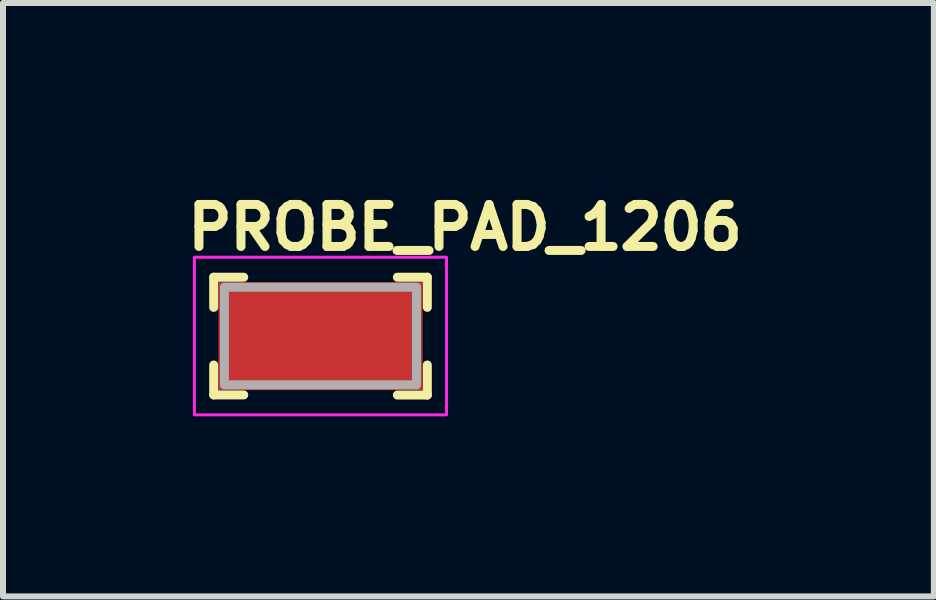
<source format=kicad_pcb>
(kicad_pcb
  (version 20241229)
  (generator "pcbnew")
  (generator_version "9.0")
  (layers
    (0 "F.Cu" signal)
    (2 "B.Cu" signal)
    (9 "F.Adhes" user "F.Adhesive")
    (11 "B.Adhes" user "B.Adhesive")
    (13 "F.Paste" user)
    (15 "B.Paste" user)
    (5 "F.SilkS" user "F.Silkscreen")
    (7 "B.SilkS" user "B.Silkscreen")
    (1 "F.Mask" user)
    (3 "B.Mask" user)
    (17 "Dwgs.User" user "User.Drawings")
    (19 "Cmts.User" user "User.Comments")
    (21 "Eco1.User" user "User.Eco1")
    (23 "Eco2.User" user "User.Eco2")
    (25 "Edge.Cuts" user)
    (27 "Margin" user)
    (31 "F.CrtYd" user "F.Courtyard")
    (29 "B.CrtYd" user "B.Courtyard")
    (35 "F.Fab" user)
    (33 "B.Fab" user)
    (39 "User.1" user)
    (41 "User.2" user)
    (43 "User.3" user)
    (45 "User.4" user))
  (footprint "PROBE_PAD_1206"
    (layer "F.Cu")
    (at 2.29 2.55)
    (property "Reference" "PROBE_PAD_1206" (at -2.29 -1.4 0) (layer "F.SilkS") (effects (font (size 0.7 0.7) (thickness 0.15)) (justify left bottom)))
    (attr smd)
    (fp_line (start -1.779 -0.981) (end -1.779 -0.479) (stroke (width 0.15) (type solid)) (layer "F.SilkS"))
    (fp_line (start -1.779 -0.981) (end -1.279 -0.981) (stroke (width 0.15) (type solid)) (layer "F.SilkS"))
    (fp_line (start -1.779 0.482) (end -1.779 0.98) (stroke (width 0.15) (type solid)) (layer "F.SilkS"))
    (fp_line (start -1.779 0.98) (end -1.279 0.98) (stroke (width 0.15) (type solid)) (layer "F.SilkS"))
    (fp_line (start 1.78 -0.981) (end 1.281 -0.981) (stroke (width 0.15) (type solid)) (layer "F.SilkS"))
    (fp_line (start 1.78 -0.981) (end 1.78 -0.479) (stroke (width 0.15) (type solid)) (layer "F.SilkS"))
    (fp_line (start 1.78 0.982) (end 1.281 0.982) (stroke (width 0.15) (type solid)) (layer "F.SilkS"))
    (fp_line (start 1.78 0.982) (end 1.78 0.482) (stroke (width 0.15) (type solid)) (layer "F.SilkS"))
    (fp_rect (start -2.101 -1.314) (end 2.1 1.312) (stroke (width 0.05) (type solid)) (fill no) (layer "F.CrtYd"))
    (fp_rect (start -1.601 -0.814) (end 1.6 0.812) (stroke (width 0.15) (type solid)) (fill no) (layer "F.Fab"))
    (fp_rect (start -1.601 -0.814) (end 1.6 0.812) (stroke (width 0.1) (type solid)) (fill no) (layer "User.5"))
    (fp_line (start -1.601 -0.79) (end -1.601 -0.587) (stroke (width 0.02) (type solid)) (layer "User.9"))
    (fp_line (start -1.601 -0.79) (end -1.371 -0.79) (stroke (width 0.02) (type solid)) (layer "User.9"))
    (fp_line (start -1.601 -0.29) (end -1.601 -0.587) (stroke (width 0.02) (type solid)) (layer "User.9"))
    (fp_line (start -1.601 -0.29) (end -1.601 0.508) (stroke (width 0.02) (type solid)) (layer "User.9"))
    (fp_line (start -1.601 0.508) (end -1.301 0.76) (stroke (width 0.02) (type solid)) (layer "User.9"))
    (fp_line (start -1.601 0.61) (end -1.601 0.508) (stroke (width 0.02) (type solid)) (layer "User.9"))
    (fp_line (start -1.601 0.812) (end -1.601 0.61) (stroke (width 0.02) (type solid)) (layer "User.9"))
    (fp_line (start -1.601 0.812) (end -1.371 0.812) (stroke (width 0.02) (type solid)) (layer "User.9"))
    (fp_line (start -1.551 -0.587) (end -1.601 -0.587) (stroke (width 0.02) (type solid)) (layer "User.9"))
    (fp_line (start -1.551 0.61) (end -1.601 0.61) (stroke (width 0.02) (type solid)) (layer "User.9"))
    (fp_line (start -1.48 0.61) (end -1.551 0.61) (stroke (width 0.02) (type solid)) (layer "User.9"))
    (fp_line (start -1.371 -0.79) (end -1.371 -0.587) (stroke (width 0.02) (type solid)) (layer "User.9"))
    (fp_line (start -1.371 0.812) (end -1.371 0.703) (stroke (width 0.02) (type solid)) (layer "User.9"))
    (fp_line (start -1.301 -0.814) (end -1.301 -0.587) (stroke (width 0.02) (type solid)) (layer "User.9"))
    (fp_line (start -1.301 -0.814) (end 1.3 -0.814) (stroke (width 0.02) (type solid)) (layer "User.9"))
    (fp_line (start -1.301 -0.79) (end -1.371 -0.79) (stroke (width 0.02) (type solid)) (layer "User.9"))
    (fp_line (start -1.301 -0.587) (end -1.551 -0.587) (stroke (width 0.02) (type solid)) (layer "User.9"))
    (fp_line (start -1.301 -0.587) (end -1.301 -0.465) (stroke (width 0.02) (type solid)) (layer "User.9"))
    (fp_line (start -1.301 -0.465) (end -1.601 -0.29) (stroke (width 0.02) (type solid)) (layer "User.9"))
    (fp_line (start -1.301 0.76) (end -1.301 0.812) (stroke (width 0.02) (type solid)) (layer "User.9"))
    (fp_line (start -1.301 0.812) (end -1.371 0.812) (stroke (width 0.02) (type solid)) (layer "User.9"))
    (fp_line (start -1.301 0.812) (end -0.803 0.812) (stroke (width 0.02) (type solid)) (layer "User.9"))
    (fp_line (start -0.803 0.76) (end -0.352 0.76) (stroke (width 0.02) (type solid)) (layer "User.9"))
    (fp_line (start -0.803 0.812) (end -0.803 0.76) (stroke (width 0.02) (type solid)) (layer "User.9"))
    (fp_line (start -0.352 0.71) (end 0.349 0.71) (stroke (width 0.02) (type solid)) (layer "User.9"))
    (fp_line (start -0.352 0.76) (end -0.352 0.71) (stroke (width 0.02) (type solid)) (layer "User.9"))
    (fp_line (start 0.349 0.71) (end 0.349 0.76) (stroke (width 0.02) (type solid)) (layer "User.9"))
    (fp_line (start 0.349 0.76) (end 0.8 0.76) (stroke (width 0.02) (type solid)) (layer "User.9"))
    (fp_line (start 0.8 0.76) (end 0.8 0.812) (stroke (width 0.02) (type solid)) (layer "User.9"))
    (fp_line (start 0.8 0.812) (end -0.803 0.812) (stroke (width 0.02) (type solid)) (layer "User.9"))
    (fp_line (start 0.8 0.812) (end 1.3 0.812) (stroke (width 0.02) (type solid)) (layer "User.9"))
    (fp_line (start 1.3 -0.814) (end 1.3 -0.587) (stroke (width 0.02) (type solid)) (layer "User.9"))
    (fp_line (start 1.3 -0.465) (end 1.3 -0.587) (stroke (width 0.02) (type solid)) (layer "User.9"))
    (fp_line (start 1.3 0.76) (end 1.6 0.508) (stroke (width 0.02) (type solid)) (layer "User.9"))
    (fp_line (start 1.3 0.812) (end 1.3 0.76) (stroke (width 0.02) (type solid)) (layer "User.9"))
    (fp_line (start 1.37 -0.79) (end 1.3 -0.79) (stroke (width 0.02) (type solid)) (layer "User.9"))
    (fp_line (start 1.37 -0.79) (end 1.37 -0.587) (stroke (width 0.02) (type solid)) (layer "User.9"))
    (fp_line (start 1.37 -0.79) (end 1.6 -0.79) (stroke (width 0.02) (type solid)) (layer "User.9"))
    (fp_line (start 1.37 0.812) (end 1.3 0.812) (stroke (width 0.02) (type solid)) (layer "User.9"))
    (fp_line (start 1.37 0.812) (end 1.37 0.703) (stroke (width 0.02) (type solid)) (layer "User.9"))
    (fp_line (start 1.37 0.812) (end 1.6 0.812) (stroke (width 0.02) (type solid)) (layer "User.9"))
    (fp_line (start 1.55 -0.587) (end 1.3 -0.587) (stroke (width 0.02) (type solid)) (layer "User.9"))
    (fp_line (start 1.55 0.61) (end 1.477 0.61) (stroke (width 0.02) (type solid)) (layer "User.9"))
    (fp_line (start 1.6 -0.79) (end 1.6 -0.587) (stroke (width 0.02) (type solid)) (layer "User.9"))
    (fp_line (start 1.6 -0.587) (end 1.55 -0.587) (stroke (width 0.02) (type solid)) (layer "User.9"))
    (fp_line (start 1.6 -0.29) (end 1.3 -0.465) (stroke (width 0.02) (type solid)) (layer "User.9"))
    (fp_line (start 1.6 -0.29) (end 1.6 -0.587) (stroke (width 0.02) (type solid)) (layer "User.9"))
    (fp_line (start 1.6 0.508) (end 1.6 -0.29) (stroke (width 0.02) (type solid)) (layer "User.9"))
    (fp_line (start 1.6 0.61) (end 1.55 0.61) (stroke (width 0.02) (type solid)) (layer "User.9"))
    (fp_line (start 1.6 0.61) (end 1.6 0.508) (stroke (width 0.02) (type solid)) (layer "User.9"))
    (fp_line (start 1.6 0.812) (end 1.6 0.61) (stroke (width 0.02) (type solid)) (layer "User.9"))
    (pad "1" smd rect (at 0 0) (size 3.4 1.8) (layers "F.Cu" "F.Mask" "F.Paste")))
  (gr_rect
    (start -3 -3)
    (end 12.51 6.887)
    (stroke (width 0.1) (type default))
    (fill no)
    (layer "Edge.Cuts")))
</source>
